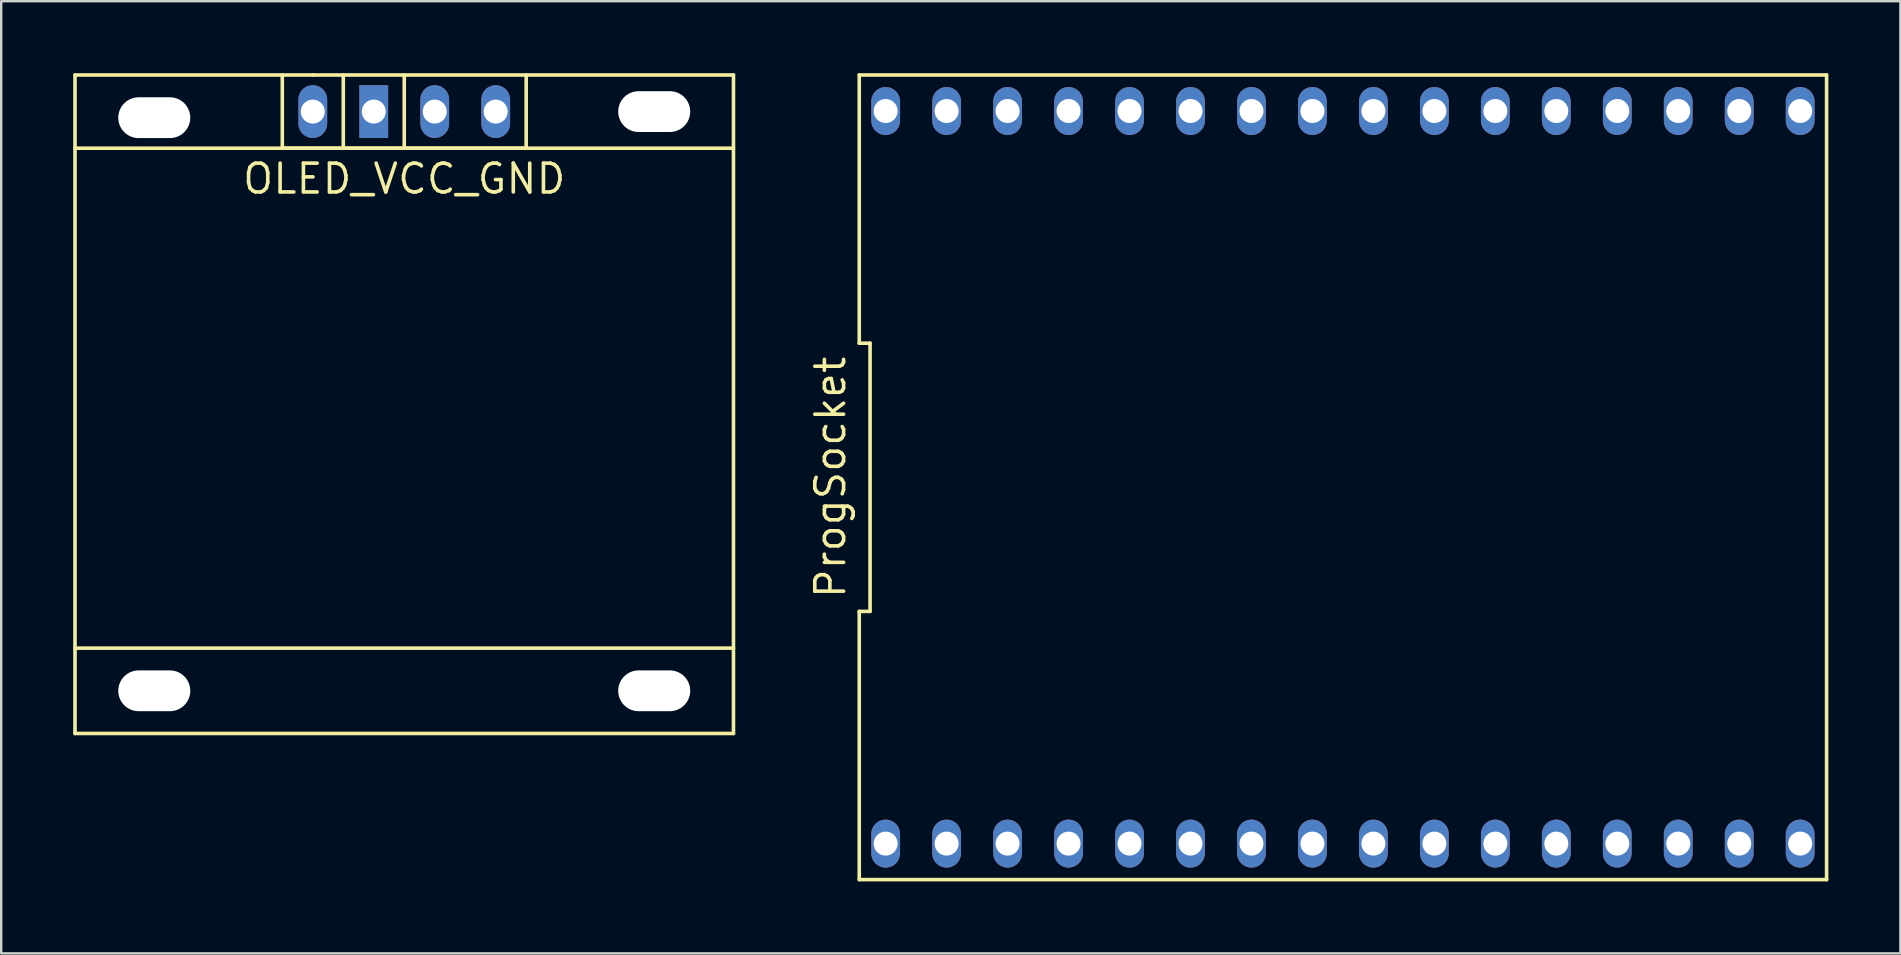
<source format=kicad_pcb>
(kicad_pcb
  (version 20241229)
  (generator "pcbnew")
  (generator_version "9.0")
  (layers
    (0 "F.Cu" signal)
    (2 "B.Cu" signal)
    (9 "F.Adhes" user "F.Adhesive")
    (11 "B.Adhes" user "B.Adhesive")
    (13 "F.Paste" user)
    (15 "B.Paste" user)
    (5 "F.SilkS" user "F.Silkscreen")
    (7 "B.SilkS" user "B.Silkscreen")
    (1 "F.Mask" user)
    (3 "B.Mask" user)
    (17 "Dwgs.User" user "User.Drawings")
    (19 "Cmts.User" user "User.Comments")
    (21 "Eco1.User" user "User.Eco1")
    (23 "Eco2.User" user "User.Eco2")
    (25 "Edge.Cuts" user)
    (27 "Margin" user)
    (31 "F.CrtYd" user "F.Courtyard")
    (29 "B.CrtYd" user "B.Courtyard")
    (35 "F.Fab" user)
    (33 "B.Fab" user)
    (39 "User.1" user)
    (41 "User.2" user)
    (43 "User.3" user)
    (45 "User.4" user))
  (footprint "OLED_VCC_GND"
    (layer "F.Cu")
    (at 13.791 1.345)
    (property "Reference" "OLED_VCC_GND" (at 0 3.054 0) (layer "F.SilkS") (effects (font (size 1.2 1.2) (thickness 0.15))))
    (attr through_hole)
    (fp_line (start -13.716 -1.27) (end -13.716 26.162) (stroke (width 0.15) (type solid)) (layer "F.SilkS"))
    (fp_line (start -13.716 1.778) (end 13.716 1.778) (stroke (width 0.15) (type solid)) (layer "F.SilkS"))
    (fp_line (start -13.716 22.606) (end 13.716 22.606) (stroke (width 0.15) (type solid)) (layer "F.SilkS"))
    (fp_line (start -13.716 26.162) (end 13.716 26.162) (stroke (width 0.15) (type solid)) (layer "F.SilkS"))
    (fp_line (start -5.08 -1.27) (end -5.08 1.778) (stroke (width 0.15) (type solid)) (layer "F.SilkS"))
    (fp_line (start -5.08 1.778) (end 5.08 1.778) (stroke (width 0.15) (type solid)) (layer "F.SilkS"))
    (fp_line (start -3.81 -1.27) (end -13.716 -1.27) (stroke (width 0.15) (type solid)) (layer "F.SilkS"))
    (fp_line (start -2.54 -1.27) (end -2.54 1.778) (stroke (width 0.15) (type solid)) (layer "F.SilkS"))
    (fp_line (start 0 -1.27) (end 0 1.778) (stroke (width 0.15) (type solid)) (layer "F.SilkS"))
    (fp_line (start 5.08 1.778) (end 5.08 -1.27) (stroke (width 0.15) (type solid)) (layer "F.SilkS"))
    (fp_line (start 13.716 -1.27) (end -3.81 -1.27) (stroke (width 0.15) (type solid)) (layer "F.SilkS"))
    (fp_line (start 13.716 26.162) (end 13.716 -1.27) (stroke (width 0.15) (type solid)) (layer "F.SilkS"))
    (pad "" np_thru_hole oval (at -10.414 0.508 90) (size 1.7 3) (drill oval 1.7 3) (layers "*.Cu" "*.Mask"))
    (pad "" np_thru_hole oval (at -10.414 24.384 90) (size 1.7 3) (drill oval 1.7 3) (layers "*.Cu" "*.Mask"))
    (pad "" np_thru_hole oval (at 10.414 0.254 90) (size 1.7 3) (drill oval 1.7 3) (layers "*.Cu" "*.Mask"))
    (pad "" np_thru_hole oval (at 10.414 24.384 90) (size 1.7 3) (drill oval 1.7 3) (layers "*.Cu" "*.Mask"))
    (pad "1" thru_hole oval (at -3.81 0.254) (size 1.2 2.2) (drill 1) (layers "*.Cu" "*.Mask"))
    (pad "2" thru_hole rect (at -1.27 0.254) (size 1.2 2.2) (drill 1) (layers "*.Cu" "*.Mask"))
    (pad "3" thru_hole oval (at 1.27 0.254) (size 1.2 2.2) (drill 1) (layers "*.Cu" "*.Mask"))
    (pad "4" thru_hole oval (at 3.81 0.254) (size 1.2 2.2) (drill 1) (layers "*.Cu" "*.Mask")))
  (footprint "ProgSocket"
    (layer "F.Cu")
    (at 52.897 16.835)
    (property "Reference" "ProgSocket" (at -21.35 0 90) (layer "F.SilkS") (effects (font (size 1.2 1.2) (thickness 0.15))))
    (attr through_hole)
    (fp_line (start -20.15 -16.76) (end -20.15 -5.587) (stroke (width 0.15) (type solid)) (layer "F.SilkS"))
    (fp_line (start -20.15 -5.587) (end -19.7 -5.587) (stroke (width 0.15) (type solid)) (layer "F.SilkS"))
    (fp_line (start -20.15 5.587) (end -20.15 16.76) (stroke (width 0.15) (type solid)) (layer "F.SilkS"))
    (fp_line (start -20.15 16.76) (end 20.15 16.76) (stroke (width 0.15) (type solid)) (layer "F.SilkS"))
    (fp_line (start -19.7 -5.587) (end -19.7 5.587) (stroke (width 0.15) (type solid)) (layer "F.SilkS"))
    (fp_line (start -19.7 5.587) (end -20.15 5.587) (stroke (width 0.15) (type solid)) (layer "F.SilkS"))
    (fp_line (start 20.15 -16.76) (end -20.15 -16.76) (stroke (width 0.15) (type solid)) (layer "F.SilkS"))
    (fp_line (start 20.15 16.76) (end 20.15 -16.76) (stroke (width 0.15) (type solid)) (layer "F.SilkS"))
    (pad "1" thru_hole oval (at -19.05 15.26) (size 1.2 2) (drill 1) (layers "*.Cu" "*.Mask"))
    (pad "2" thru_hole oval (at -16.51 15.26) (size 1.2 2) (drill 1) (layers "*.Cu" "*.Mask"))
    (pad "3" thru_hole oval (at -13.97 15.26) (size 1.2 2) (drill 1) (layers "*.Cu" "*.Mask"))
    (pad "4" thru_hole oval (at -11.43 15.26) (size 1.2 2) (drill 1) (layers "*.Cu" "*.Mask"))
    (pad "5" thru_hole oval (at -8.89 15.26) (size 1.2 2) (drill 1) (layers "*.Cu" "*.Mask"))
    (pad "6" thru_hole oval (at -6.35 15.26) (size 1.2 2) (drill 1) (layers "*.Cu" "*.Mask"))
    (pad "7" thru_hole oval (at -3.81 15.26) (size 1.2 2) (drill 1) (layers "*.Cu" "*.Mask"))
    (pad "8" thru_hole oval (at -1.27 15.26) (size 1.2 2) (drill 1) (layers "*.Cu" "*.Mask"))
    (pad "9" thru_hole oval (at 1.27 15.26) (size 1.2 2) (drill 1) (layers "*.Cu" "*.Mask"))
    (pad "10" thru_hole oval (at 3.81 15.26) (size 1.2 2) (drill 1) (layers "*.Cu" "*.Mask"))
    (pad "11" thru_hole oval (at 6.35 15.26) (size 1.2 2) (drill 1) (layers "*.Cu" "*.Mask"))
    (pad "12" thru_hole oval (at 8.89 15.26) (size 1.2 2) (drill 1) (layers "*.Cu" "*.Mask"))
    (pad "13" thru_hole oval (at 11.43 15.26) (size 1.2 2) (drill 1) (layers "*.Cu" "*.Mask"))
    (pad "14" thru_hole oval (at 13.97 15.26) (size 1.2 2) (drill 1) (layers "*.Cu" "*.Mask"))
    (pad "15" thru_hole oval (at 16.51 15.26) (size 1.2 2) (drill 1) (layers "*.Cu" "*.Mask"))
    (pad "16" thru_hole oval (at 19.05 15.26) (size 1.2 2) (drill 1) (layers "*.Cu" "*.Mask"))
    (pad "17" thru_hole oval (at 19.05 -15.26) (size 1.2 2) (drill 1) (layers "*.Cu" "*.Mask"))
    (pad "18" thru_hole oval (at 16.51 -15.26) (size 1.2 2) (drill 1) (layers "*.Cu" "*.Mask"))
    (pad "19" thru_hole oval (at 13.97 -15.26) (size 1.2 2) (drill 1) (layers "*.Cu" "*.Mask"))
    (pad "20" thru_hole oval (at 11.43 -15.26) (size 1.2 2) (drill 1) (layers "*.Cu" "*.Mask"))
    (pad "21" thru_hole oval (at 8.89 -15.26) (size 1.2 2) (drill 1) (layers "*.Cu" "*.Mask"))
    (pad "22" thru_hole oval (at 6.35 -15.26) (size 1.2 2) (drill 1) (layers "*.Cu" "*.Mask"))
    (pad "23" thru_hole oval (at 3.81 -15.26) (size 1.2 2) (drill 1) (layers "*.Cu" "*.Mask"))
    (pad "24" thru_hole oval (at 1.27 -15.26) (size 1.2 2) (drill 1) (layers "*.Cu" "*.Mask"))
    (pad "25" thru_hole oval (at -1.27 -15.26) (size 1.2 2) (drill 1) (layers "*.Cu" "*.Mask"))
    (pad "26" thru_hole oval (at -3.81 -15.26) (size 1.2 2) (drill 1) (layers "*.Cu" "*.Mask"))
    (pad "27" thru_hole oval (at -6.35 -15.26) (size 1.2 2) (drill 1) (layers "*.Cu" "*.Mask"))
    (pad "28" thru_hole oval (at -8.89 -15.26) (size 1.2 2) (drill 1) (layers "*.Cu" "*.Mask"))
    (pad "29" thru_hole oval (at -11.43 -15.26) (size 1.2 2) (drill 1) (layers "*.Cu" "*.Mask"))
    (pad "30" thru_hole oval (at -13.97 -15.26) (size 1.2 2) (drill 1) (layers "*.Cu" "*.Mask"))
    (pad "31" thru_hole oval (at -16.51 -15.26) (size 1.2 2) (drill 1) (layers "*.Cu" "*.Mask"))
    (pad "32" thru_hole oval (at -19.05 -15.26) (size 1.2 2) (drill 1) (layers "*.Cu" "*.Mask")))
  (gr_rect
    (start -3 -3)
    (end 76.122 36.67)
    (stroke (width 0.1) (type default))
    (fill no)
    (layer "Edge.Cuts")))
</source>
